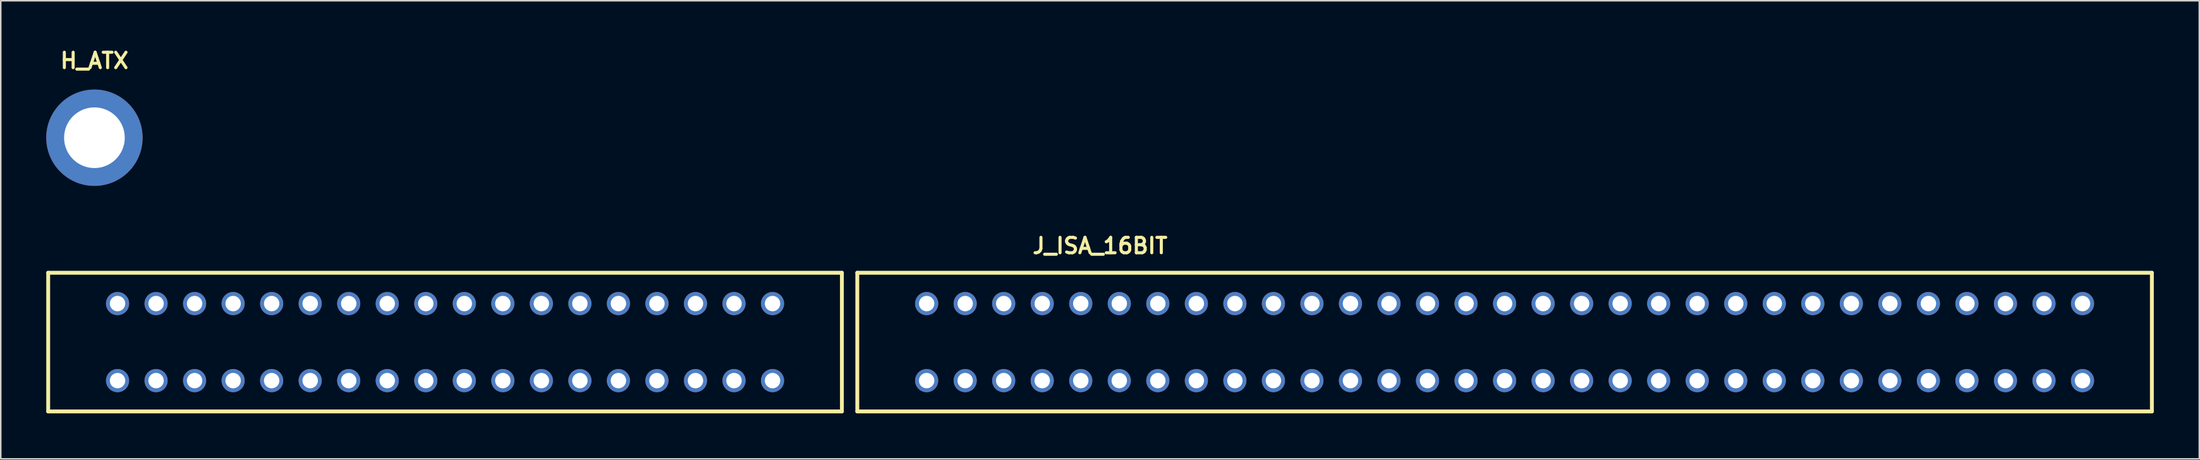
<source format=kicad_pcb>
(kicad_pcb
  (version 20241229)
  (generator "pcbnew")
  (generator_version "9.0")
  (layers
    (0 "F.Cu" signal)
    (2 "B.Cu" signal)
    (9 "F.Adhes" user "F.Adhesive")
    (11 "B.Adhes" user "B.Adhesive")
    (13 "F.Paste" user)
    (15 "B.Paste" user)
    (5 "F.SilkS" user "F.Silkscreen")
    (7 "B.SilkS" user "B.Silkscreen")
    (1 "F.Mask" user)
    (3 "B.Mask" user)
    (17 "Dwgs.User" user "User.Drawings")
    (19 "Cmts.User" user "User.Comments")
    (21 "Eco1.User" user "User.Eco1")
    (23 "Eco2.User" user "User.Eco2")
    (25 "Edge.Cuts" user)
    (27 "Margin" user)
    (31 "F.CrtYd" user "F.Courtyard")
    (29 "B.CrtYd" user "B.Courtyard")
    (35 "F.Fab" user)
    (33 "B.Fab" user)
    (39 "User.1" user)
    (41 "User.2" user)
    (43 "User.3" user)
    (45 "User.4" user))
  (footprint "H_ATX"
    (layer "F.Cu")
    (at 3.175 6.031)
    (property "Reference" "H_ATX" (at 0 -5.08 0) (unlocked yes) (layer "F.SilkS") (effects (font (size 1.016 1.016) (thickness 0.203) (bold yes))))
    (attr through_hole)
    (pad "1" thru_hole circle (at 0 0) (size 6.35 6.35) (drill 4) (layers "*.Cu" "*.Mask")))
  (footprint "J_ISA_16BIT"
    (layer "F.Cu")
    (at 69.469 19.507)
    (property "Reference" "J_ISA_16BIT" (at 0 -6.35 0) (layer "F.SilkS") (effects (font (size 1.016 1.016) (thickness 0.203))))
    (property "Value" "${VALUE}" (at 0 7 0) (layer "F.SilkS") (hide yes) (effects (font (size 1.016 0.914) (thickness 0.203) (italic yes))))
    (attr through_hole)
    (fp_line (start -69.342 -4.572) (end -69.342 4.572) (stroke (width 0.254) (type solid)) (layer "F.SilkS"))
    (fp_line (start -69.342 -4.572) (end -17.018 -4.572) (stroke (width 0.254) (type solid)) (layer "F.SilkS"))
    (fp_line (start -17.018 -4.572) (end -17.018 4.572) (stroke (width 0.254) (type solid)) (layer "F.SilkS"))
    (fp_line (start -17.018 4.572) (end -69.342 4.572) (stroke (width 0.254) (type solid)) (layer "F.SilkS"))
    (fp_line (start -16.002 -4.572) (end 69.342 -4.572) (stroke (width 0.254) (type solid)) (layer "F.SilkS"))
    (fp_line (start -16.002 4.572) (end -16.002 -4.572) (stroke (width 0.254) (type solid)) (layer "F.SilkS"))
    (fp_line (start 69.342 -4.572) (end 69.342 4.572) (stroke (width 0.254) (type solid)) (layer "F.SilkS"))
    (fp_line (start 69.342 4.572) (end -16.002 4.572) (stroke (width 0.254) (type solid)) (layer "F.SilkS"))
    (pad "A1" thru_hole circle (at 64.77 2.54 180) (size 1.524 1.524) (drill 1.016) (layers "*.Cu" "*.Mask"))
    (pad "A2" thru_hole circle (at 62.23 2.54 180) (size 1.524 1.524) (drill 1.016) (layers "*.Cu" "*.Mask"))
    (pad "A3" thru_hole circle (at 59.69 2.54 180) (size 1.524 1.524) (drill 1.016) (layers "*.Cu" "*.Mask"))
    (pad "A4" thru_hole circle (at 57.15 2.54 180) (size 1.524 1.524) (drill 1.016) (layers "*.Cu" "*.Mask"))
    (pad "A5" thru_hole circle (at 54.61 2.54 180) (size 1.524 1.524) (drill 1.016) (layers "*.Cu" "*.Mask"))
    (pad "A6" thru_hole circle (at 52.07 2.54 180) (size 1.524 1.524) (drill 1.016) (layers "*.Cu" "*.Mask"))
    (pad "A7" thru_hole circle (at 49.53 2.54 180) (size 1.524 1.524) (drill 1.016) (layers "*.Cu" "*.Mask"))
    (pad "A8" thru_hole circle (at 46.99 2.54 180) (size 1.524 1.524) (drill 1.016) (layers "*.Cu" "*.Mask"))
    (pad "A9" thru_hole circle (at 44.45 2.54 180) (size 1.524 1.524) (drill 1.016) (layers "*.Cu" "*.Mask"))
    (pad "A10" thru_hole circle (at 41.91 2.54 180) (size 1.524 1.524) (drill 1.016) (layers "*.Cu" "*.Mask"))
    (pad "A11" thru_hole circle (at 39.37 2.54 180) (size 1.524 1.524) (drill 1.016) (layers "*.Cu" "*.Mask"))
    (pad "A12" thru_hole circle (at 36.83 2.54 180) (size 1.524 1.524) (drill 1.016) (layers "*.Cu" "*.Mask"))
    (pad "A13" thru_hole circle (at 34.29 2.54 180) (size 1.524 1.524) (drill 1.016) (layers "*.Cu" "*.Mask"))
    (pad "A14" thru_hole circle (at 31.75 2.54 180) (size 1.524 1.524) (drill 1.016) (layers "*.Cu" "*.Mask"))
    (pad "A15" thru_hole circle (at 29.21 2.54 180) (size 1.524 1.524) (drill 1.016) (layers "*.Cu" "*.Mask"))
    (pad "A16" thru_hole circle (at 26.67 2.54 180) (size 1.524 1.524) (drill 1.016) (layers "*.Cu" "*.Mask"))
    (pad "A17" thru_hole circle (at 24.13 2.54 180) (size 1.524 1.524) (drill 1.016) (layers "*.Cu" "*.Mask"))
    (pad "A18" thru_hole circle (at 21.59 2.54 180) (size 1.524 1.524) (drill 1.016) (layers "*.Cu" "*.Mask"))
    (pad "A19" thru_hole circle (at 19.05 2.54 180) (size 1.524 1.524) (drill 1.016) (layers "*.Cu" "*.Mask"))
    (pad "A20" thru_hole circle (at 16.51 2.54 180) (size 1.524 1.524) (drill 1.016) (layers "*.Cu" "*.Mask"))
    (pad "A21" thru_hole circle (at 13.97 2.54 180) (size 1.524 1.524) (drill 1.016) (layers "*.Cu" "*.Mask"))
    (pad "A22" thru_hole circle (at 11.43 2.54 180) (size 1.524 1.524) (drill 1.016) (layers "*.Cu" "*.Mask"))
    (pad "A23" thru_hole circle (at 8.89 2.54 180) (size 1.524 1.524) (drill 1.016) (layers "*.Cu" "*.Mask"))
    (pad "A24" thru_hole circle (at 6.35 2.54 180) (size 1.524 1.524) (drill 1.016) (layers "*.Cu" "*.Mask"))
    (pad "A25" thru_hole circle (at 3.81 2.54 180) (size 1.524 1.524) (drill 1.016) (layers "*.Cu" "*.Mask"))
    (pad "A26" thru_hole circle (at 1.27 2.54 180) (size 1.524 1.524) (drill 1.016) (layers "*.Cu" "*.Mask"))
    (pad "A27" thru_hole circle (at -1.27 2.54 180) (size 1.524 1.524) (drill 1.016) (layers "*.Cu" "*.Mask"))
    (pad "A28" thru_hole circle (at -3.81 2.54 180) (size 1.524 1.524) (drill 1.016) (layers "*.Cu" "*.Mask"))
    (pad "A29" thru_hole circle (at -6.35 2.54 180) (size 1.524 1.524) (drill 1.016) (layers "*.Cu" "*.Mask"))
    (pad "A30" thru_hole circle (at -8.89 2.54 180) (size 1.524 1.524) (drill 1.016) (layers "*.Cu" "*.Mask"))
    (pad "A31" thru_hole circle (at -11.43 2.54 180) (size 1.524 1.524) (drill 1.016) (layers "*.Cu" "*.Mask"))
    (pad "B1" thru_hole circle (at 64.77 -2.54 180) (size 1.524 1.524) (drill 1.016) (layers "*.Cu" "*.Mask"))
    (pad "B2" thru_hole circle (at 62.23 -2.54 180) (size 1.524 1.524) (drill 1.016) (layers "*.Cu" "*.Mask"))
    (pad "B3" thru_hole circle (at 59.69 -2.54 180) (size 1.524 1.524) (drill 1.016) (layers "*.Cu" "*.Mask"))
    (pad "B4" thru_hole circle (at 57.15 -2.54 180) (size 1.524 1.524) (drill 1.016) (layers "*.Cu" "*.Mask"))
    (pad "B5" thru_hole circle (at 54.61 -2.54 180) (size 1.524 1.524) (drill 1.016) (layers "*.Cu" "*.Mask"))
    (pad "B6" thru_hole circle (at 52.07 -2.54 180) (size 1.524 1.524) (drill 1.016) (layers "*.Cu" "*.Mask"))
    (pad "B7" thru_hole circle (at 49.53 -2.54 180) (size 1.524 1.524) (drill 1.016) (layers "*.Cu" "*.Mask"))
    (pad "B8" thru_hole circle (at 46.99 -2.54 180) (size 1.524 1.524) (drill 1.016) (layers "*.Cu" "*.Mask"))
    (pad "B9" thru_hole circle (at 44.45 -2.54 180) (size 1.524 1.524) (drill 1.016) (layers "*.Cu" "*.Mask"))
    (pad "B10" thru_hole circle (at 41.91 -2.54 180) (size 1.524 1.524) (drill 1.016) (layers "*.Cu" "*.Mask"))
    (pad "B11" thru_hole circle (at 39.37 -2.54 180) (size 1.524 1.524) (drill 1.016) (layers "*.Cu" "*.Mask"))
    (pad "B12" thru_hole circle (at 36.83 -2.54 180) (size 1.524 1.524) (drill 1.016) (layers "*.Cu" "*.Mask"))
    (pad "B13" thru_hole circle (at 34.29 -2.54 180) (size 1.524 1.524) (drill 1.016) (layers "*.Cu" "*.Mask"))
    (pad "B14" thru_hole circle (at 31.75 -2.54 180) (size 1.524 1.524) (drill 1.016) (layers "*.Cu" "*.Mask"))
    (pad "B15" thru_hole circle (at 29.21 -2.54 180) (size 1.524 1.524) (drill 1.016) (layers "*.Cu" "*.Mask"))
    (pad "B16" thru_hole circle (at 26.67 -2.54 180) (size 1.524 1.524) (drill 1.016) (layers "*.Cu" "*.Mask"))
    (pad "B17" thru_hole circle (at 24.13 -2.54 180) (size 1.524 1.524) (drill 1.016) (layers "*.Cu" "*.Mask"))
    (pad "B18" thru_hole circle (at 21.59 -2.54 180) (size 1.524 1.524) (drill 1.016) (layers "*.Cu" "*.Mask"))
    (pad "B19" thru_hole circle (at 19.05 -2.54 180) (size 1.524 1.524) (drill 1.016) (layers "*.Cu" "*.Mask"))
    (pad "B20" thru_hole circle (at 16.51 -2.54 180) (size 1.524 1.524) (drill 1.016) (layers "*.Cu" "*.Mask"))
    (pad "B21" thru_hole circle (at 13.97 -2.54 180) (size 1.524 1.524) (drill 1.016) (layers "*.Cu" "*.Mask"))
    (pad "B22" thru_hole circle (at 11.43 -2.54 180) (size 1.524 1.524) (drill 1.016) (layers "*.Cu" "*.Mask"))
    (pad "B23" thru_hole circle (at 8.89 -2.54 180) (size 1.524 1.524) (drill 1.016) (layers "*.Cu" "*.Mask"))
    (pad "B24" thru_hole circle (at 6.35 -2.54 180) (size 1.524 1.524) (drill 1.016) (layers "*.Cu" "*.Mask"))
    (pad "B25" thru_hole circle (at 3.81 -2.54 180) (size 1.524 1.524) (drill 1.016) (layers "*.Cu" "*.Mask"))
    (pad "B26" thru_hole circle (at 1.27 -2.54 180) (size 1.524 1.524) (drill 1.016) (layers "*.Cu" "*.Mask"))
    (pad "B27" thru_hole circle (at -1.27 -2.54 180) (size 1.524 1.524) (drill 1.016) (layers "*.Cu" "*.Mask"))
    (pad "B28" thru_hole circle (at -3.81 -2.54 180) (size 1.524 1.524) (drill 1.016) (layers "*.Cu" "*.Mask"))
    (pad "B29" thru_hole circle (at -6.35 -2.54 180) (size 1.524 1.524) (drill 1.016) (layers "*.Cu" "*.Mask"))
    (pad "B30" thru_hole circle (at -8.89 -2.54 180) (size 1.524 1.524) (drill 1.016) (layers "*.Cu" "*.Mask"))
    (pad "B31" thru_hole circle (at -11.43 -2.54 180) (size 1.524 1.524) (drill 1.016) (layers "*.Cu" "*.Mask"))
    (pad "C1" thru_hole circle (at -21.59 2.54 180) (size 1.524 1.524) (drill 1.016) (layers "*.Cu" "*.Mask"))
    (pad "C2" thru_hole circle (at -24.13 2.54 180) (size 1.524 1.524) (drill 1.016) (layers "*.Cu" "*.Mask"))
    (pad "C3" thru_hole circle (at -26.67 2.54 180) (size 1.524 1.524) (drill 1.016) (layers "*.Cu" "*.Mask"))
    (pad "C4" thru_hole circle (at -29.21 2.54 180) (size 1.524 1.524) (drill 1.016) (layers "*.Cu" "*.Mask"))
    (pad "C5" thru_hole circle (at -31.75 2.54 180) (size 1.524 1.524) (drill 1.016) (layers "*.Cu" "*.Mask"))
    (pad "C6" thru_hole circle (at -34.29 2.54 180) (size 1.524 1.524) (drill 1.016) (layers "*.Cu" "*.Mask"))
    (pad "C7" thru_hole circle (at -36.83 2.54 180) (size 1.524 1.524) (drill 1.016) (layers "*.Cu" "*.Mask"))
    (pad "C8" thru_hole circle (at -39.37 2.54 180) (size 1.524 1.524) (drill 1.016) (layers "*.Cu" "*.Mask"))
    (pad "C9" thru_hole circle (at -41.91 2.54 180) (size 1.524 1.524) (drill 1.016) (layers "*.Cu" "*.Mask"))
    (pad "C10" thru_hole circle (at -44.45 2.54 180) (size 1.524 1.524) (drill 1.016) (layers "*.Cu" "*.Mask"))
    (pad "C11" thru_hole circle (at -46.99 2.54 180) (size 1.524 1.524) (drill 1.016) (layers "*.Cu" "*.Mask"))
    (pad "C12" thru_hole circle (at -49.53 2.54 180) (size 1.524 1.524) (drill 1.016) (layers "*.Cu" "*.Mask"))
    (pad "C13" thru_hole circle (at -52.07 2.54 180) (size 1.524 1.524) (drill 1.016) (layers "*.Cu" "*.Mask"))
    (pad "C14" thru_hole circle (at -54.61 2.54 180) (size 1.524 1.524) (drill 1.016) (layers "*.Cu" "*.Mask"))
    (pad "C15" thru_hole circle (at -57.15 2.54 180) (size 1.524 1.524) (drill 1.016) (layers "*.Cu" "*.Mask"))
    (pad "C16" thru_hole circle (at -59.69 2.54 180) (size 1.524 1.524) (drill 1.016) (layers "*.Cu" "*.Mask"))
    (pad "C17" thru_hole circle (at -62.23 2.54 180) (size 1.524 1.524) (drill 1.016) (layers "*.Cu" "*.Mask"))
    (pad "C18" thru_hole circle (at -64.77 2.54 180) (size 1.524 1.524) (drill 1.016) (layers "*.Cu" "*.Mask"))
    (pad "D1" thru_hole circle (at -21.59 -2.54 180) (size 1.524 1.524) (drill 1.016) (layers "*.Cu" "*.Mask"))
    (pad "D2" thru_hole circle (at -24.13 -2.54 180) (size 1.524 1.524) (drill 1.016) (layers "*.Cu" "*.Mask"))
    (pad "D3" thru_hole circle (at -26.67 -2.54 180) (size 1.524 1.524) (drill 1.016) (layers "*.Cu" "*.Mask"))
    (pad "D4" thru_hole circle (at -29.21 -2.54 180) (size 1.524 1.524) (drill 1.016) (layers "*.Cu" "*.Mask"))
    (pad "D5" thru_hole circle (at -31.75 -2.54 180) (size 1.524 1.524) (drill 1.016) (layers "*.Cu" "*.Mask"))
    (pad "D6" thru_hole circle (at -34.29 -2.54 180) (size 1.524 1.524) (drill 1.016) (layers "*.Cu" "*.Mask"))
    (pad "D7" thru_hole circle (at -36.83 -2.54 180) (size 1.524 1.524) (drill 1.016) (layers "*.Cu" "*.Mask"))
    (pad "D8" thru_hole circle (at -39.37 -2.54 180) (size 1.524 1.524) (drill 1.016) (layers "*.Cu" "*.Mask"))
    (pad "D9" thru_hole circle (at -41.91 -2.54 180) (size 1.524 1.524) (drill 1.016) (layers "*.Cu" "*.Mask"))
    (pad "D10" thru_hole circle (at -44.45 -2.54 180) (size 1.524 1.524) (drill 1.016) (layers "*.Cu" "*.Mask"))
    (pad "D11" thru_hole circle (at -46.99 -2.54 180) (size 1.524 1.524) (drill 1.016) (layers "*.Cu" "*.Mask"))
    (pad "D12" thru_hole circle (at -49.53 -2.54 180) (size 1.524 1.524) (drill 1.016) (layers "*.Cu" "*.Mask"))
    (pad "D13" thru_hole circle (at -52.07 -2.54 180) (size 1.524 1.524) (drill 1.016) (layers "*.Cu" "*.Mask"))
    (pad "D14" thru_hole circle (at -54.61 -2.54 180) (size 1.524 1.524) (drill 1.016) (layers "*.Cu" "*.Mask"))
    (pad "D15" thru_hole circle (at -57.15 -2.54 180) (size 1.524 1.524) (drill 1.016) (layers "*.Cu" "*.Mask"))
    (pad "D16" thru_hole circle (at -59.69 -2.54 180) (size 1.524 1.524) (drill 1.016) (layers "*.Cu" "*.Mask"))
    (pad "D17" thru_hole circle (at -62.23 -2.54 180) (size 1.524 1.524) (drill 1.016) (layers "*.Cu" "*.Mask"))
    (pad "D18" thru_hole circle (at -64.77 -2.54 180) (size 1.524 1.524) (drill 1.016) (layers "*.Cu" "*.Mask")))
  (gr_rect
    (start -3 -3)
    (end 141.938 27.206)
    (stroke (width 0.1) (type default))
    (fill no)
    (layer "Edge.Cuts")))
</source>
